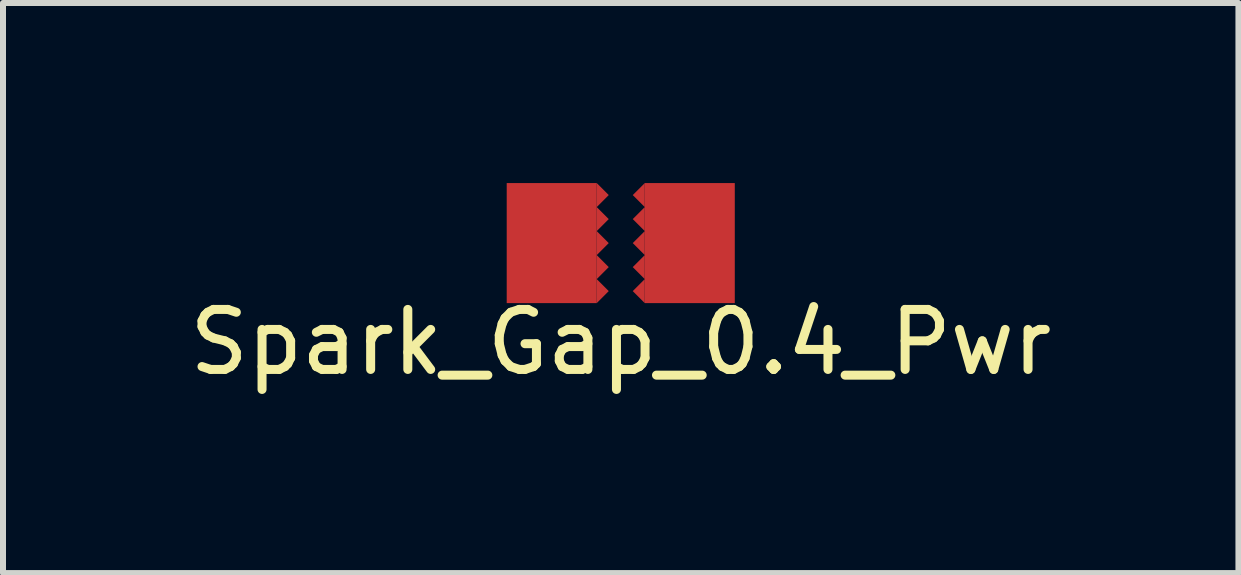
<source format=kicad_pcb>
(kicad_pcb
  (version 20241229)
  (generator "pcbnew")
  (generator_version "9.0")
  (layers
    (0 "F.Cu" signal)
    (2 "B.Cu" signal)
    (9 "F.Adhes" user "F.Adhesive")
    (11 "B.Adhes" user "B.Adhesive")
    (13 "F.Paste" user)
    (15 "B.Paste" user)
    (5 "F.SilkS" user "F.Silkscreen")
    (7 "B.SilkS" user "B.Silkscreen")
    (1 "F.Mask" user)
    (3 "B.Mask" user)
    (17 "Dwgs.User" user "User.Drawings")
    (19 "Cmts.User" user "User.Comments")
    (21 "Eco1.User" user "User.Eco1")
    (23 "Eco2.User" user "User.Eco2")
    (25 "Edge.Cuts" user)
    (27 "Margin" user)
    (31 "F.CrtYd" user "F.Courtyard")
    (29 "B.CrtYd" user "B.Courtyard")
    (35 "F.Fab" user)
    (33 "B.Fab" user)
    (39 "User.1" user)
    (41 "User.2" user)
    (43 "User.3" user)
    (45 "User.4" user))
  (footprint "Spark_Gap_0.4_Pwr"
    (layer "F.Cu")
    (at 7.292 1)
    (property "Reference" "Spark_Gap_0.4_Pwr" (at 0 1.65 0) (layer "F.SilkS") (effects (font (size 1 1) (thickness 0.15))))
    (attr exclude_from_pos_files exclude_from_bom)
    (fp_poly (pts (xy -0.4 -1) (xy -0.2 -0.8) (xy -0.4 -0.6)) (stroke (width 0) (type solid)) (fill yes) (layer "F.Cu"))
    (fp_poly (pts (xy -0.4 -0.6) (xy -0.2 -0.4) (xy -0.4 -0.2)) (stroke (width 0) (type solid)) (fill yes) (layer "F.Cu"))
    (fp_poly (pts (xy -0.4 -0.2) (xy -0.2 0) (xy -0.4 0.2)) (stroke (width 0) (type solid)) (fill yes) (layer "F.Cu"))
    (fp_poly (pts (xy -0.4 0.2) (xy -0.2 0.4) (xy -0.4 0.6)) (stroke (width 0) (type solid)) (fill yes) (layer "F.Cu"))
    (fp_poly (pts (xy -0.4 0.6) (xy -0.2 0.8) (xy -0.4 1)) (stroke (width 0) (type solid)) (fill yes) (layer "F.Cu"))
    (fp_poly (pts (xy 0.4 -0.6) (xy 0.2 -0.8) (xy 0.4 -1)) (stroke (width 0) (type solid)) (fill yes) (layer "F.Cu"))
    (fp_poly (pts (xy 0.4 -0.2) (xy 0.2 -0.4) (xy 0.4 -0.6)) (stroke (width 0) (type solid)) (fill yes) (layer "F.Cu"))
    (fp_poly (pts (xy 0.4 0.2) (xy 0.2 0) (xy 0.4 -0.2)) (stroke (width 0) (type solid)) (fill yes) (layer "F.Cu"))
    (fp_poly (pts (xy 0.4 0.6) (xy 0.2 0.4) (xy 0.4 0.2)) (stroke (width 0) (type solid)) (fill yes) (layer "F.Cu"))
    (fp_poly (pts (xy 0.4 1) (xy 0.2 0.8) (xy 0.4 0.6)) (stroke (width 0) (type solid)) (fill yes) (layer "F.Cu"))
    (pad "" smd rect (at 0 0) (size 1.5 2) (layers "F.Mask"))
    (pad "1" smd rect (at -1.15 0) (size 1.5 2) (layers "F.Cu"))
    (pad "2" smd rect (at 1.15 0) (size 1.5 2) (layers "F.Cu")))
  (gr_rect
    (start -3 -3)
    (end 17.583 6.498)
    (stroke (width 0.1) (type default))
    (fill no)
    (layer "Edge.Cuts")))
</source>
